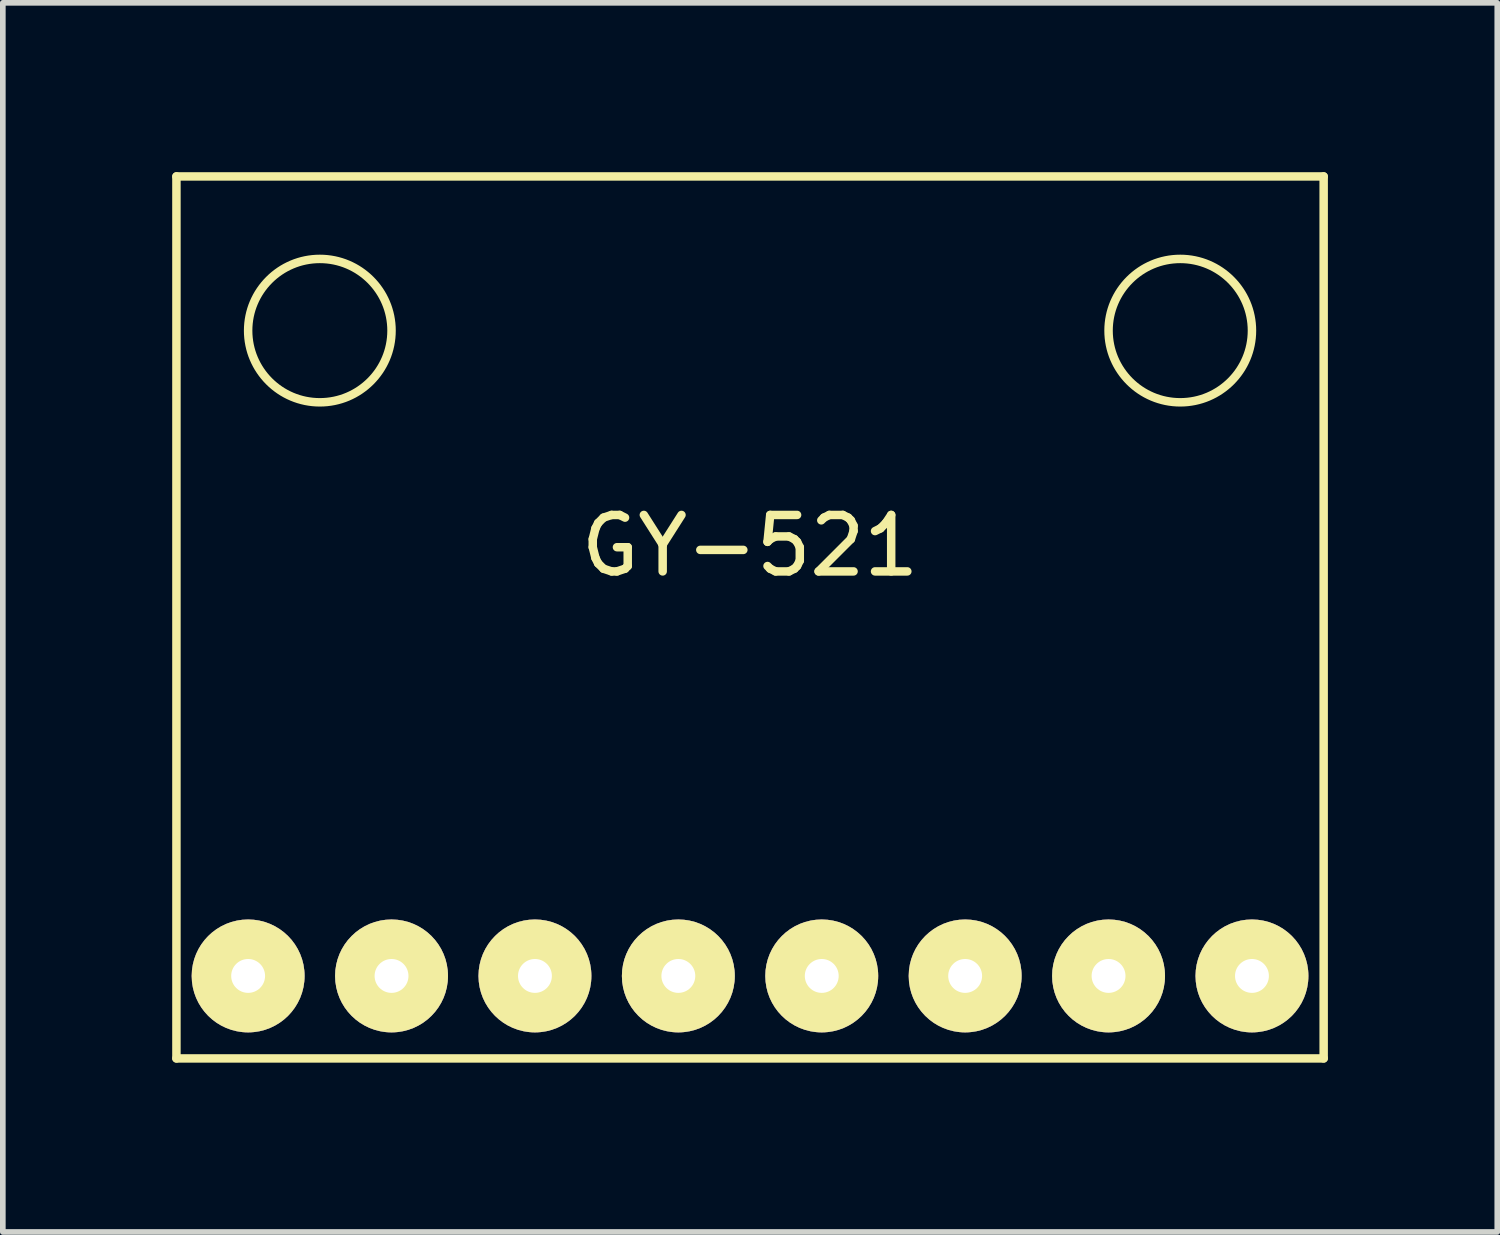
<source format=kicad_pcb>
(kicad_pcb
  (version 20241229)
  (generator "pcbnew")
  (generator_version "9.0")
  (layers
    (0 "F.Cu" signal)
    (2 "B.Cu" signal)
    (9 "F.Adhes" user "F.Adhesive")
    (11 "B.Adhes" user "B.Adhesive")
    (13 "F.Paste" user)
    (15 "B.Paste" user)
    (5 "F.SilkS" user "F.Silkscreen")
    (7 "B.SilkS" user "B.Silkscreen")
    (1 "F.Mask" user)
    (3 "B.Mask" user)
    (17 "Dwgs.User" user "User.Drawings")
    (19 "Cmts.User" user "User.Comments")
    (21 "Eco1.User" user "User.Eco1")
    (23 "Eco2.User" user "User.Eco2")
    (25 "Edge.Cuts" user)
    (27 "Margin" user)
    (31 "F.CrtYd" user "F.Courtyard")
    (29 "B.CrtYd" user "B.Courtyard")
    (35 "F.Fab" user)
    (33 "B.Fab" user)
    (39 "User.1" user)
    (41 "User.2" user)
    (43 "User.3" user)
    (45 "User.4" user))
  (footprint "GY-521"
    (layer "F.Cu")
    (at 10.235 7.886)
    (property "Reference" "GY-521" (at 0 -1.27 0) (layer "F.SilkS") (effects (font (size 1 1) (thickness 0.15))))
    (fp_line (start -10.16 -7.811) (end 10.16 -7.811) (stroke (width 0.15) (type solid)) (layer "F.SilkS"))
    (fp_line (start -10.16 7.811) (end -10.16 -7.811) (stroke (width 0.15) (type solid)) (layer "F.SilkS"))
    (fp_line (start 10.16 -7.811) (end 10.16 7.811) (stroke (width 0.15) (type solid)) (layer "F.SilkS"))
    (fp_line (start 10.16 7.811) (end -10.16 7.811) (stroke (width 0.15) (type solid)) (layer "F.SilkS"))
    (fp_circle (center -7.62 -5.08) (end -6.35 -5.08) (stroke (width 0.15) (type solid)) (fill no) (layer "F.SilkS"))
    (fp_circle (center 7.62 -5.08) (end 8.89 -5.08) (stroke (width 0.15) (type solid)) (fill no) (layer "F.SilkS"))
    (pad "1" thru_hole circle (at -8.89 6.35) (size 2 2) (drill 0.6) (layers "*.Cu" "*.Mask" "F.SilkS"))
    (pad "2" thru_hole circle (at -6.35 6.35) (size 2 2) (drill 0.6) (layers "*.Cu" "*.Mask" "F.SilkS"))
    (pad "3" thru_hole circle (at -3.81 6.35) (size 2 2) (drill 0.6) (layers "*.Cu" "*.Mask" "F.SilkS"))
    (pad "4" thru_hole circle (at -1.27 6.35) (size 2 2) (drill 0.6) (layers "*.Cu" "*.Mask" "F.SilkS"))
    (pad "5" thru_hole circle (at 1.27 6.35) (size 2 2) (drill 0.6) (layers "*.Cu" "*.Mask" "F.SilkS"))
    (pad "6" thru_hole circle (at 3.81 6.35) (size 2 2) (drill 0.6) (layers "*.Cu" "*.Mask" "F.SilkS"))
    (pad "7" thru_hole circle (at 6.35 6.35) (size 2 2) (drill 0.6) (layers "*.Cu" "*.Mask" "F.SilkS"))
    (pad "8" thru_hole circle (at 8.89 6.35) (size 2 2) (drill 0.6) (layers "*.Cu" "*.Mask" "F.SilkS")))
  (gr_rect
    (start -3 -3)
    (end 23.47 18.771)
    (stroke (width 0.1) (type default))
    (fill no)
    (layer "Edge.Cuts")))
</source>
